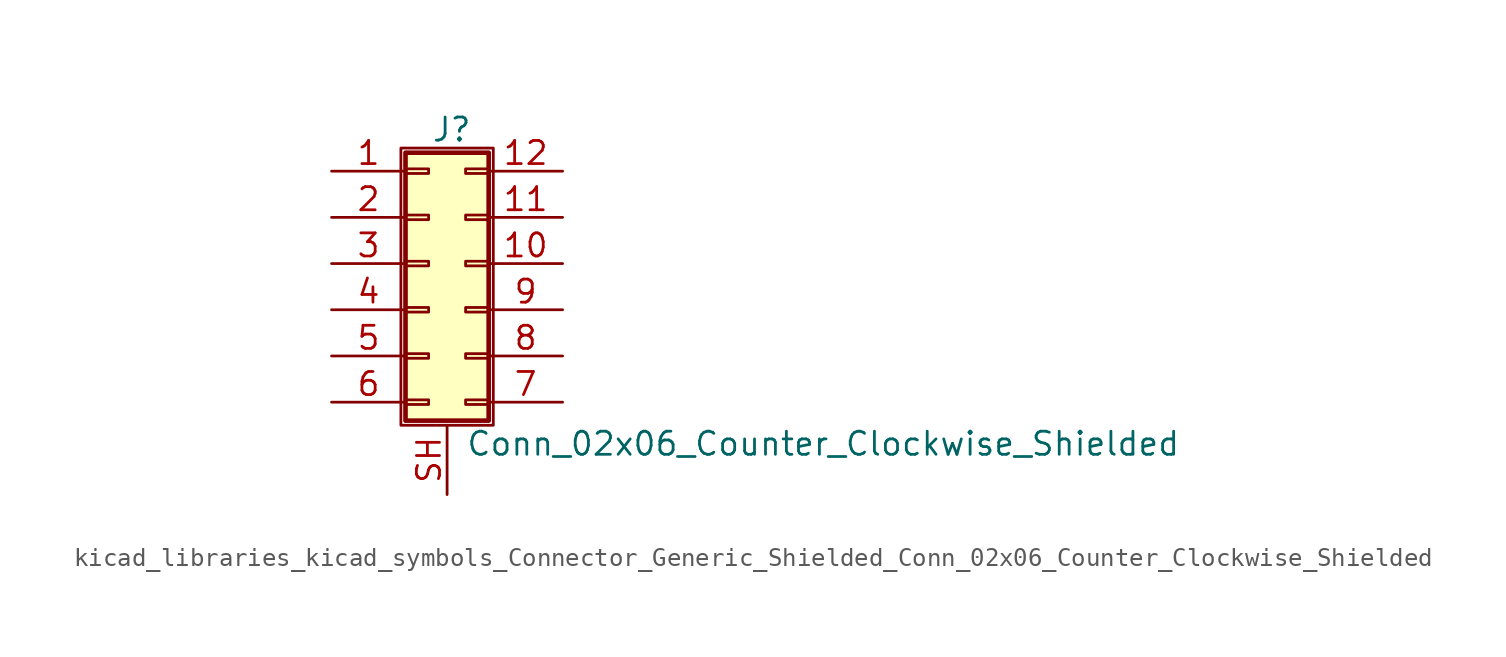
<source format=kicad_sym>
(kicad_symbol_lib
  (version 20220914)
  (generator kicad_symbol_editor)
  (symbol "kicad_libraries_kicad_symbols_Connector_Generic_Shielded_Conn_02x06_Counter_Clockwise_Shielded"
    (pin_names
      (offset 1.016) hide)
    (property "Reference" "J"
      (at 1.524 7.366 0)
      (effects (font (size 1.27 1.27))))
    (property "Value" "Conn_02x06_Counter_Clockwise_Shielded"
      (at 2.286 -9.906 0)
      (effects (font (size 1.27 1.27)) (justify left)))
    (symbol "kicad_libraries_kicad_symbols_Connector_Generic_Shielded_Conn_02x06_Counter_Clockwise_Shielded_1_1"
      (rectangle (start -1.27 6.35) (end 3.81 -8.89) (stroke (width 0.152) (type default)) (fill (type none)))
      (rectangle (start -1.016 -7.493) (end 0.254 -7.747) (stroke (width 0.152) (type default)) (fill (type none)))
      (rectangle (start -1.016 -4.953) (end 0.254 -5.207) (stroke (width 0.152) (type default)) (fill (type none)))
      (rectangle (start -1.016 -2.413) (end 0.254 -2.667) (stroke (width 0.152) (type default)) (fill (type none)))
      (rectangle (start -1.016 0.127) (end 0.254 -0.127) (stroke (width 0.152) (type default)) (fill (type none)))
      (rectangle (start -1.016 2.667) (end 0.254 2.413) (stroke (width 0.152) (type default)) (fill (type none)))
      (rectangle (start -1.016 5.207) (end 0.254 4.953) (stroke (width 0.152) (type default)) (fill (type none)))
      (rectangle (start -1.016 6.096) (end 3.556 -8.636) (stroke (width 0.254) (type default)) (fill (type background)))
      (rectangle (start 3.556 -7.493) (end 2.286 -7.747) (stroke (width 0.152) (type default)) (fill (type none)))
      (rectangle (start 3.556 -4.953) (end 2.286 -5.207) (stroke (width 0.152) (type default)) (fill (type none)))
      (rectangle (start 3.556 -2.413) (end 2.286 -2.667) (stroke (width 0.152) (type default)) (fill (type none)))
      (rectangle (start 3.556 0.127) (end 2.286 -0.127) (stroke (width 0.152) (type default)) (fill (type none)))
      (rectangle (start 3.556 2.667) (end 2.286 2.413) (stroke (width 0.152) (type default)) (fill (type none)))
      (rectangle (start 3.556 5.207) (end 2.286 4.953) (stroke (width 0.152) (type default)) (fill (type none)))
      (pin passive line (at -5.08 5.08 0) (length 4.064) (name "Pin_1" (effects (font (size 1.27 1.27)))) (number "1" (effects (font (size 1.27 1.27)))))
      (pin passive line (at 7.62 0 180) (length 4.064) (name "Pin_10" (effects (font (size 1.27 1.27)))) (number "10" (effects (font (size 1.27 1.27)))))
      (pin passive line (at 7.62 2.54 180) (length 4.064) (name "Pin_11" (effects (font (size 1.27 1.27)))) (number "11" (effects (font (size 1.27 1.27)))))
      (pin passive line (at 7.62 5.08 180) (length 4.064) (name "Pin_12" (effects (font (size 1.27 1.27)))) (number "12" (effects (font (size 1.27 1.27)))))
      (pin passive line (at -5.08 2.54 0) (length 4.064) (name "Pin_2" (effects (font (size 1.27 1.27)))) (number "2" (effects (font (size 1.27 1.27)))))
      (pin passive line (at -5.08 0 0) (length 4.064) (name "Pin_3" (effects (font (size 1.27 1.27)))) (number "3" (effects (font (size 1.27 1.27)))))
      (pin passive line (at -5.08 -2.54 0) (length 4.064) (name "Pin_4" (effects (font (size 1.27 1.27)))) (number "4" (effects (font (size 1.27 1.27)))))
      (pin passive line (at -5.08 -5.08 0) (length 4.064) (name "Pin_5" (effects (font (size 1.27 1.27)))) (number "5" (effects (font (size 1.27 1.27)))))
      (pin passive line (at -5.08 -7.62 0) (length 4.064) (name "Pin_6" (effects (font (size 1.27 1.27)))) (number "6" (effects (font (size 1.27 1.27)))))
      (pin passive line (at 7.62 -7.62 180) (length 4.064) (name "Pin_7" (effects (font (size 1.27 1.27)))) (number "7" (effects (font (size 1.27 1.27)))))
      (pin passive line (at 7.62 -5.08 180) (length 4.064) (name "Pin_8" (effects (font (size 1.27 1.27)))) (number "8" (effects (font (size 1.27 1.27)))))
      (pin passive line (at 7.62 -2.54 180) (length 4.064) (name "Pin_9" (effects (font (size 1.27 1.27)))) (number "9" (effects (font (size 1.27 1.27)))))
      (pin passive line (at 1.27 -12.7 90) (length 3.81) (name "Shield" (effects (font (size 1.27 1.27)))) (number "SH" (effects (font (size 1.27 1.27))))))))
</source>
